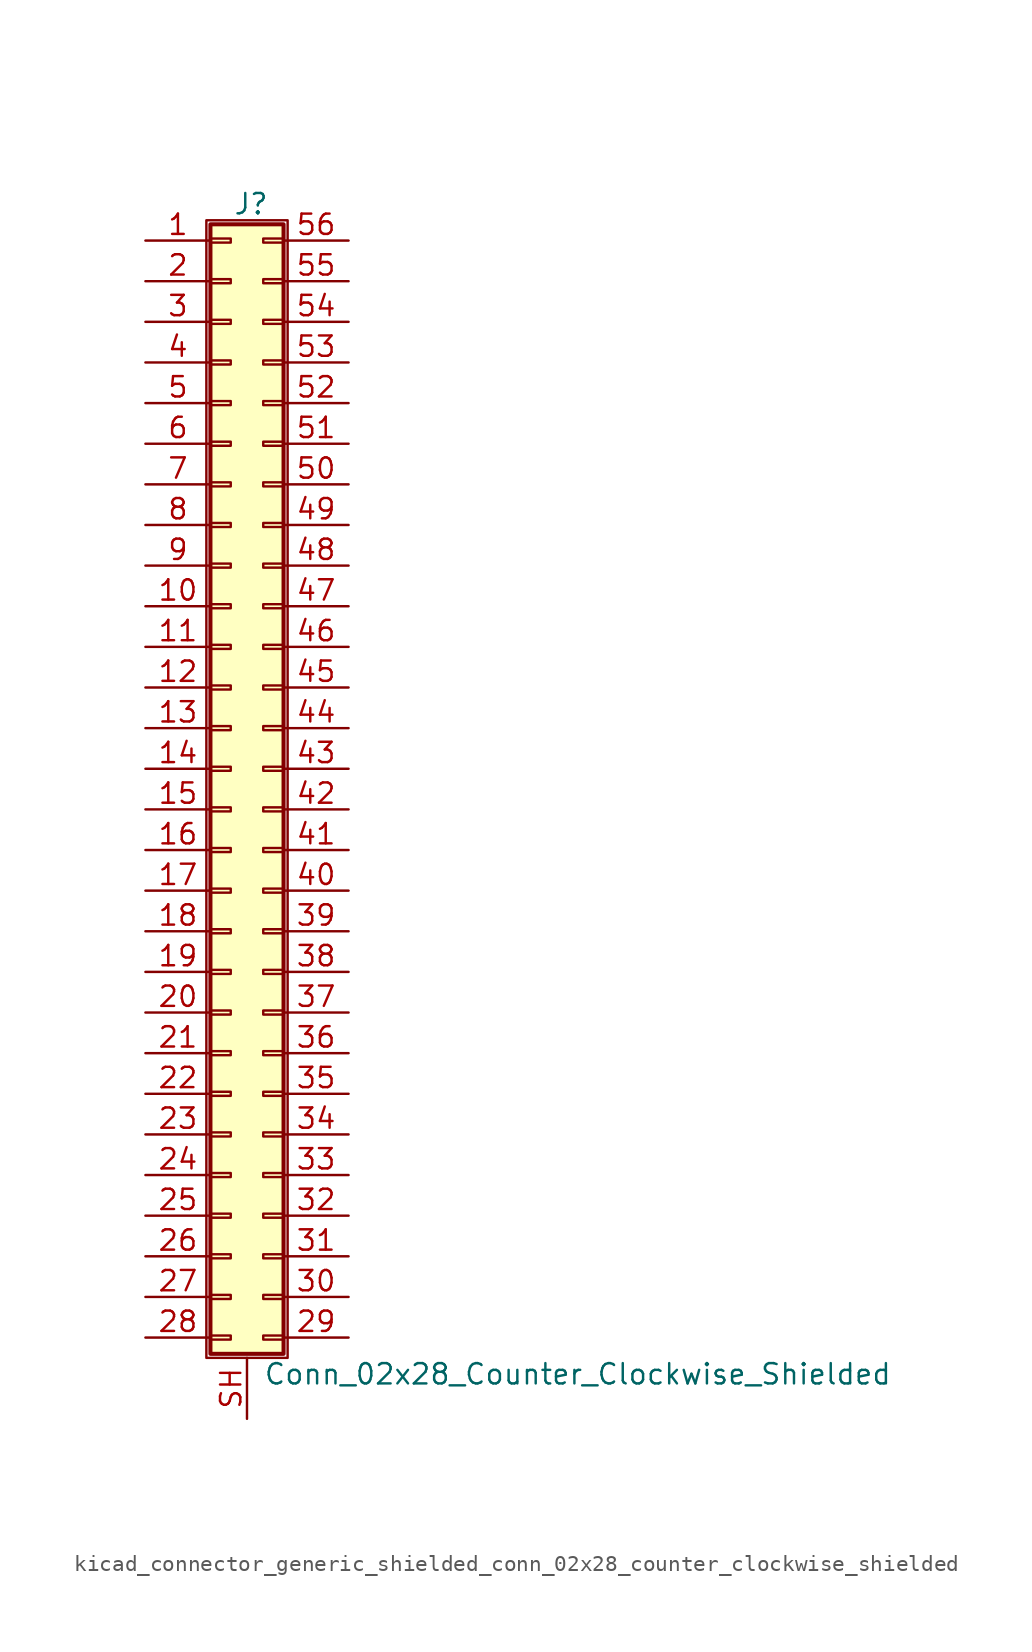
<source format=kicad_sym>
(kicad_symbol_lib
  (version 20220914)
  (generator kicad_symbol_editor)
  (symbol "kicad_connector_generic_shielded_conn_02x28_counter_clockwise_shielded"
    (pin_names
      (offset 1.016) hide)
    (property "Reference" "J"
      (at 1.524 35.306 0)
      (effects (font (size 1.27 1.27))))
    (property "Value" "Conn_02x28_Counter_Clockwise_Shielded"
      (at 2.286 -37.846 0)
      (effects (font (size 1.27 1.27)) (justify left)))
    (symbol "kicad_connector_generic_shielded_conn_02x28_counter_clockwise_shielded_1_1"
      (rectangle (start -1.27 34.29) (end 3.81 -36.83) (stroke (width 0.152) (type default)) (fill (type none)))
      (rectangle (start -1.016 -35.433) (end 0.254 -35.687) (stroke (width 0.152) (type default)) (fill (type none)))
      (rectangle (start -1.016 -32.893) (end 0.254 -33.147) (stroke (width 0.152) (type default)) (fill (type none)))
      (rectangle (start -1.016 -30.353) (end 0.254 -30.607) (stroke (width 0.152) (type default)) (fill (type none)))
      (rectangle (start -1.016 -27.813) (end 0.254 -28.067) (stroke (width 0.152) (type default)) (fill (type none)))
      (rectangle (start -1.016 -25.273) (end 0.254 -25.527) (stroke (width 0.152) (type default)) (fill (type none)))
      (rectangle (start -1.016 -22.733) (end 0.254 -22.987) (stroke (width 0.152) (type default)) (fill (type none)))
      (rectangle (start -1.016 -20.193) (end 0.254 -20.447) (stroke (width 0.152) (type default)) (fill (type none)))
      (rectangle (start -1.016 -17.653) (end 0.254 -17.907) (stroke (width 0.152) (type default)) (fill (type none)))
      (rectangle (start -1.016 -15.113) (end 0.254 -15.367) (stroke (width 0.152) (type default)) (fill (type none)))
      (rectangle (start -1.016 -12.573) (end 0.254 -12.827) (stroke (width 0.152) (type default)) (fill (type none)))
      (rectangle (start -1.016 -10.033) (end 0.254 -10.287) (stroke (width 0.152) (type default)) (fill (type none)))
      (rectangle (start -1.016 -7.493) (end 0.254 -7.747) (stroke (width 0.152) (type default)) (fill (type none)))
      (rectangle (start -1.016 -4.953) (end 0.254 -5.207) (stroke (width 0.152) (type default)) (fill (type none)))
      (rectangle (start -1.016 -2.413) (end 0.254 -2.667) (stroke (width 0.152) (type default)) (fill (type none)))
      (rectangle (start -1.016 0.127) (end 0.254 -0.127) (stroke (width 0.152) (type default)) (fill (type none)))
      (rectangle (start -1.016 2.667) (end 0.254 2.413) (stroke (width 0.152) (type default)) (fill (type none)))
      (rectangle (start -1.016 5.207) (end 0.254 4.953) (stroke (width 0.152) (type default)) (fill (type none)))
      (rectangle (start -1.016 7.747) (end 0.254 7.493) (stroke (width 0.152) (type default)) (fill (type none)))
      (rectangle (start -1.016 10.287) (end 0.254 10.033) (stroke (width 0.152) (type default)) (fill (type none)))
      (rectangle (start -1.016 12.827) (end 0.254 12.573) (stroke (width 0.152) (type default)) (fill (type none)))
      (rectangle (start -1.016 15.367) (end 0.254 15.113) (stroke (width 0.152) (type default)) (fill (type none)))
      (rectangle (start -1.016 17.907) (end 0.254 17.653) (stroke (width 0.152) (type default)) (fill (type none)))
      (rectangle (start -1.016 20.447) (end 0.254 20.193) (stroke (width 0.152) (type default)) (fill (type none)))
      (rectangle (start -1.016 22.987) (end 0.254 22.733) (stroke (width 0.152) (type default)) (fill (type none)))
      (rectangle (start -1.016 25.527) (end 0.254 25.273) (stroke (width 0.152) (type default)) (fill (type none)))
      (rectangle (start -1.016 28.067) (end 0.254 27.813) (stroke (width 0.152) (type default)) (fill (type none)))
      (rectangle (start -1.016 30.607) (end 0.254 30.353) (stroke (width 0.152) (type default)) (fill (type none)))
      (rectangle (start -1.016 33.147) (end 0.254 32.893) (stroke (width 0.152) (type default)) (fill (type none)))
      (rectangle (start -1.016 34.036) (end 3.556 -36.576) (stroke (width 0.254) (type default)) (fill (type background)))
      (rectangle (start 3.556 -35.433) (end 2.286 -35.687) (stroke (width 0.152) (type default)) (fill (type none)))
      (rectangle (start 3.556 -32.893) (end 2.286 -33.147) (stroke (width 0.152) (type default)) (fill (type none)))
      (rectangle (start 3.556 -30.353) (end 2.286 -30.607) (stroke (width 0.152) (type default)) (fill (type none)))
      (rectangle (start 3.556 -27.813) (end 2.286 -28.067) (stroke (width 0.152) (type default)) (fill (type none)))
      (rectangle (start 3.556 -25.273) (end 2.286 -25.527) (stroke (width 0.152) (type default)) (fill (type none)))
      (rectangle (start 3.556 -22.733) (end 2.286 -22.987) (stroke (width 0.152) (type default)) (fill (type none)))
      (rectangle (start 3.556 -20.193) (end 2.286 -20.447) (stroke (width 0.152) (type default)) (fill (type none)))
      (rectangle (start 3.556 -17.653) (end 2.286 -17.907) (stroke (width 0.152) (type default)) (fill (type none)))
      (rectangle (start 3.556 -15.113) (end 2.286 -15.367) (stroke (width 0.152) (type default)) (fill (type none)))
      (rectangle (start 3.556 -12.573) (end 2.286 -12.827) (stroke (width 0.152) (type default)) (fill (type none)))
      (rectangle (start 3.556 -10.033) (end 2.286 -10.287) (stroke (width 0.152) (type default)) (fill (type none)))
      (rectangle (start 3.556 -7.493) (end 2.286 -7.747) (stroke (width 0.152) (type default)) (fill (type none)))
      (rectangle (start 3.556 -4.953) (end 2.286 -5.207) (stroke (width 0.152) (type default)) (fill (type none)))
      (rectangle (start 3.556 -2.413) (end 2.286 -2.667) (stroke (width 0.152) (type default)) (fill (type none)))
      (rectangle (start 3.556 0.127) (end 2.286 -0.127) (stroke (width 0.152) (type default)) (fill (type none)))
      (rectangle (start 3.556 2.667) (end 2.286 2.413) (stroke (width 0.152) (type default)) (fill (type none)))
      (rectangle (start 3.556 5.207) (end 2.286 4.953) (stroke (width 0.152) (type default)) (fill (type none)))
      (rectangle (start 3.556 7.747) (end 2.286 7.493) (stroke (width 0.152) (type default)) (fill (type none)))
      (rectangle (start 3.556 10.287) (end 2.286 10.033) (stroke (width 0.152) (type default)) (fill (type none)))
      (rectangle (start 3.556 12.827) (end 2.286 12.573) (stroke (width 0.152) (type default)) (fill (type none)))
      (rectangle (start 3.556 15.367) (end 2.286 15.113) (stroke (width 0.152) (type default)) (fill (type none)))
      (rectangle (start 3.556 17.907) (end 2.286 17.653) (stroke (width 0.152) (type default)) (fill (type none)))
      (rectangle (start 3.556 20.447) (end 2.286 20.193) (stroke (width 0.152) (type default)) (fill (type none)))
      (rectangle (start 3.556 22.987) (end 2.286 22.733) (stroke (width 0.152) (type default)) (fill (type none)))
      (rectangle (start 3.556 25.527) (end 2.286 25.273) (stroke (width 0.152) (type default)) (fill (type none)))
      (rectangle (start 3.556 28.067) (end 2.286 27.813) (stroke (width 0.152) (type default)) (fill (type none)))
      (rectangle (start 3.556 30.607) (end 2.286 30.353) (stroke (width 0.152) (type default)) (fill (type none)))
      (rectangle (start 3.556 33.147) (end 2.286 32.893) (stroke (width 0.152) (type default)) (fill (type none)))
      (pin passive line (at -5.08 33.02 0) (length 4.064) (name "Pin_1" (effects (font (size 1.27 1.27)))) (number "1" (effects (font (size 1.27 1.27)))))
      (pin passive line (at -5.08 10.16 0) (length 4.064) (name "Pin_10" (effects (font (size 1.27 1.27)))) (number "10" (effects (font (size 1.27 1.27)))))
      (pin passive line (at -5.08 7.62 0) (length 4.064) (name "Pin_11" (effects (font (size 1.27 1.27)))) (number "11" (effects (font (size 1.27 1.27)))))
      (pin passive line (at -5.08 5.08 0) (length 4.064) (name "Pin_12" (effects (font (size 1.27 1.27)))) (number "12" (effects (font (size 1.27 1.27)))))
      (pin passive line (at -5.08 2.54 0) (length 4.064) (name "Pin_13" (effects (font (size 1.27 1.27)))) (number "13" (effects (font (size 1.27 1.27)))))
      (pin passive line (at -5.08 0 0) (length 4.064) (name "Pin_14" (effects (font (size 1.27 1.27)))) (number "14" (effects (font (size 1.27 1.27)))))
      (pin passive line (at -5.08 -2.54 0) (length 4.064) (name "Pin_15" (effects (font (size 1.27 1.27)))) (number "15" (effects (font (size 1.27 1.27)))))
      (pin passive line (at -5.08 -5.08 0) (length 4.064) (name "Pin_16" (effects (font (size 1.27 1.27)))) (number "16" (effects (font (size 1.27 1.27)))))
      (pin passive line (at -5.08 -7.62 0) (length 4.064) (name "Pin_17" (effects (font (size 1.27 1.27)))) (number "17" (effects (font (size 1.27 1.27)))))
      (pin passive line (at -5.08 -10.16 0) (length 4.064) (name "Pin_18" (effects (font (size 1.27 1.27)))) (number "18" (effects (font (size 1.27 1.27)))))
      (pin passive line (at -5.08 -12.7 0) (length 4.064) (name "Pin_19" (effects (font (size 1.27 1.27)))) (number "19" (effects (font (size 1.27 1.27)))))
      (pin passive line (at -5.08 30.48 0) (length 4.064) (name "Pin_2" (effects (font (size 1.27 1.27)))) (number "2" (effects (font (size 1.27 1.27)))))
      (pin passive line (at -5.08 -15.24 0) (length 4.064) (name "Pin_20" (effects (font (size 1.27 1.27)))) (number "20" (effects (font (size 1.27 1.27)))))
      (pin passive line (at -5.08 -17.78 0) (length 4.064) (name "Pin_21" (effects (font (size 1.27 1.27)))) (number "21" (effects (font (size 1.27 1.27)))))
      (pin passive line (at -5.08 -20.32 0) (length 4.064) (name "Pin_22" (effects (font (size 1.27 1.27)))) (number "22" (effects (font (size 1.27 1.27)))))
      (pin passive line (at -5.08 -22.86 0) (length 4.064) (name "Pin_23" (effects (font (size 1.27 1.27)))) (number "23" (effects (font (size 1.27 1.27)))))
      (pin passive line (at -5.08 -25.4 0) (length 4.064) (name "Pin_24" (effects (font (size 1.27 1.27)))) (number "24" (effects (font (size 1.27 1.27)))))
      (pin passive line (at -5.08 -27.94 0) (length 4.064) (name "Pin_25" (effects (font (size 1.27 1.27)))) (number "25" (effects (font (size 1.27 1.27)))))
      (pin passive line (at -5.08 -30.48 0) (length 4.064) (name "Pin_26" (effects (font (size 1.27 1.27)))) (number "26" (effects (font (size 1.27 1.27)))))
      (pin passive line (at -5.08 -33.02 0) (length 4.064) (name "Pin_27" (effects (font (size 1.27 1.27)))) (number "27" (effects (font (size 1.27 1.27)))))
      (pin passive line (at -5.08 -35.56 0) (length 4.064) (name "Pin_28" (effects (font (size 1.27 1.27)))) (number "28" (effects (font (size 1.27 1.27)))))
      (pin passive line (at 7.62 -35.56 180) (length 4.064) (name "Pin_29" (effects (font (size 1.27 1.27)))) (number "29" (effects (font (size 1.27 1.27)))))
      (pin passive line (at -5.08 27.94 0) (length 4.064) (name "Pin_3" (effects (font (size 1.27 1.27)))) (number "3" (effects (font (size 1.27 1.27)))))
      (pin passive line (at 7.62 -33.02 180) (length 4.064) (name "Pin_30" (effects (font (size 1.27 1.27)))) (number "30" (effects (font (size 1.27 1.27)))))
      (pin passive line (at 7.62 -30.48 180) (length 4.064) (name "Pin_31" (effects (font (size 1.27 1.27)))) (number "31" (effects (font (size 1.27 1.27)))))
      (pin passive line (at 7.62 -27.94 180) (length 4.064) (name "Pin_32" (effects (font (size 1.27 1.27)))) (number "32" (effects (font (size 1.27 1.27)))))
      (pin passive line (at 7.62 -25.4 180) (length 4.064) (name "Pin_33" (effects (font (size 1.27 1.27)))) (number "33" (effects (font (size 1.27 1.27)))))
      (pin passive line (at 7.62 -22.86 180) (length 4.064) (name "Pin_34" (effects (font (size 1.27 1.27)))) (number "34" (effects (font (size 1.27 1.27)))))
      (pin passive line (at 7.62 -20.32 180) (length 4.064) (name "Pin_35" (effects (font (size 1.27 1.27)))) (number "35" (effects (font (size 1.27 1.27)))))
      (pin passive line (at 7.62 -17.78 180) (length 4.064) (name "Pin_36" (effects (font (size 1.27 1.27)))) (number "36" (effects (font (size 1.27 1.27)))))
      (pin passive line (at 7.62 -15.24 180) (length 4.064) (name "Pin_37" (effects (font (size 1.27 1.27)))) (number "37" (effects (font (size 1.27 1.27)))))
      (pin passive line (at 7.62 -12.7 180) (length 4.064) (name "Pin_38" (effects (font (size 1.27 1.27)))) (number "38" (effects (font (size 1.27 1.27)))))
      (pin passive line (at 7.62 -10.16 180) (length 4.064) (name "Pin_39" (effects (font (size 1.27 1.27)))) (number "39" (effects (font (size 1.27 1.27)))))
      (pin passive line (at -5.08 25.4 0) (length 4.064) (name "Pin_4" (effects (font (size 1.27 1.27)))) (number "4" (effects (font (size 1.27 1.27)))))
      (pin passive line (at 7.62 -7.62 180) (length 4.064) (name "Pin_40" (effects (font (size 1.27 1.27)))) (number "40" (effects (font (size 1.27 1.27)))))
      (pin passive line (at 7.62 -5.08 180) (length 4.064) (name "Pin_41" (effects (font (size 1.27 1.27)))) (number "41" (effects (font (size 1.27 1.27)))))
      (pin passive line (at 7.62 -2.54 180) (length 4.064) (name "Pin_42" (effects (font (size 1.27 1.27)))) (number "42" (effects (font (size 1.27 1.27)))))
      (pin passive line (at 7.62 0 180) (length 4.064) (name "Pin_43" (effects (font (size 1.27 1.27)))) (number "43" (effects (font (size 1.27 1.27)))))
      (pin passive line (at 7.62 2.54 180) (length 4.064) (name "Pin_44" (effects (font (size 1.27 1.27)))) (number "44" (effects (font (size 1.27 1.27)))))
      (pin passive line (at 7.62 5.08 180) (length 4.064) (name "Pin_45" (effects (font (size 1.27 1.27)))) (number "45" (effects (font (size 1.27 1.27)))))
      (pin passive line (at 7.62 7.62 180) (length 4.064) (name "Pin_46" (effects (font (size 1.27 1.27)))) (number "46" (effects (font (size 1.27 1.27)))))
      (pin passive line (at 7.62 10.16 180) (length 4.064) (name "Pin_47" (effects (font (size 1.27 1.27)))) (number "47" (effects (font (size 1.27 1.27)))))
      (pin passive line (at 7.62 12.7 180) (length 4.064) (name "Pin_48" (effects (font (size 1.27 1.27)))) (number "48" (effects (font (size 1.27 1.27)))))
      (pin passive line (at 7.62 15.24 180) (length 4.064) (name "Pin_49" (effects (font (size 1.27 1.27)))) (number "49" (effects (font (size 1.27 1.27)))))
      (pin passive line (at -5.08 22.86 0) (length 4.064) (name "Pin_5" (effects (font (size 1.27 1.27)))) (number "5" (effects (font (size 1.27 1.27)))))
      (pin passive line (at 7.62 17.78 180) (length 4.064) (name "Pin_50" (effects (font (size 1.27 1.27)))) (number "50" (effects (font (size 1.27 1.27)))))
      (pin passive line (at 7.62 20.32 180) (length 4.064) (name "Pin_51" (effects (font (size 1.27 1.27)))) (number "51" (effects (font (size 1.27 1.27)))))
      (pin passive line (at 7.62 22.86 180) (length 4.064) (name "Pin_52" (effects (font (size 1.27 1.27)))) (number "52" (effects (font (size 1.27 1.27)))))
      (pin passive line (at 7.62 25.4 180) (length 4.064) (name "Pin_53" (effects (font (size 1.27 1.27)))) (number "53" (effects (font (size 1.27 1.27)))))
      (pin passive line (at 7.62 27.94 180) (length 4.064) (name "Pin_54" (effects (font (size 1.27 1.27)))) (number "54" (effects (font (size 1.27 1.27)))))
      (pin passive line (at 7.62 30.48 180) (length 4.064) (name "Pin_55" (effects (font (size 1.27 1.27)))) (number "55" (effects (font (size 1.27 1.27)))))
      (pin passive line (at 7.62 33.02 180) (length 4.064) (name "Pin_56" (effects (font (size 1.27 1.27)))) (number "56" (effects (font (size 1.27 1.27)))))
      (pin passive line (at -5.08 20.32 0) (length 4.064) (name "Pin_6" (effects (font (size 1.27 1.27)))) (number "6" (effects (font (size 1.27 1.27)))))
      (pin passive line (at -5.08 17.78 0) (length 4.064) (name "Pin_7" (effects (font (size 1.27 1.27)))) (number "7" (effects (font (size 1.27 1.27)))))
      (pin passive line (at -5.08 15.24 0) (length 4.064) (name "Pin_8" (effects (font (size 1.27 1.27)))) (number "8" (effects (font (size 1.27 1.27)))))
      (pin passive line (at -5.08 12.7 0) (length 4.064) (name "Pin_9" (effects (font (size 1.27 1.27)))) (number "9" (effects (font (size 1.27 1.27)))))
      (pin passive line (at 1.27 -40.64 90) (length 3.81) (name "Shield" (effects (font (size 1.27 1.27)))) (number "SH" (effects (font (size 1.27 1.27))))))))
</source>
